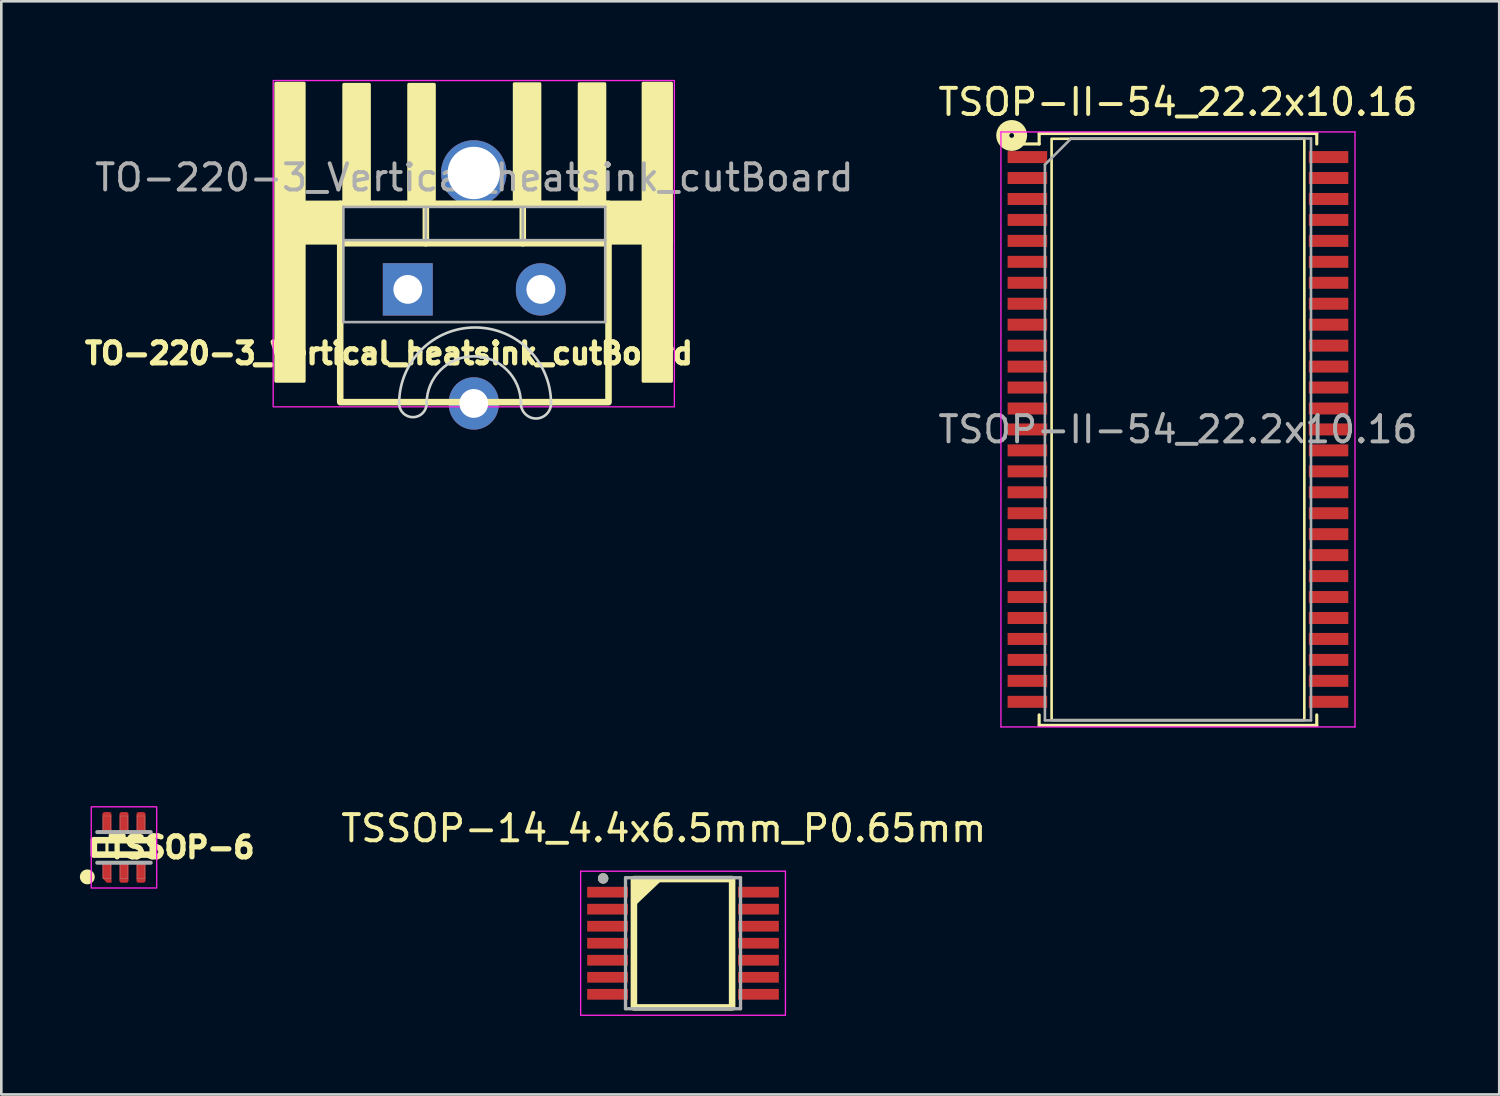
<source format=kicad_pcb>
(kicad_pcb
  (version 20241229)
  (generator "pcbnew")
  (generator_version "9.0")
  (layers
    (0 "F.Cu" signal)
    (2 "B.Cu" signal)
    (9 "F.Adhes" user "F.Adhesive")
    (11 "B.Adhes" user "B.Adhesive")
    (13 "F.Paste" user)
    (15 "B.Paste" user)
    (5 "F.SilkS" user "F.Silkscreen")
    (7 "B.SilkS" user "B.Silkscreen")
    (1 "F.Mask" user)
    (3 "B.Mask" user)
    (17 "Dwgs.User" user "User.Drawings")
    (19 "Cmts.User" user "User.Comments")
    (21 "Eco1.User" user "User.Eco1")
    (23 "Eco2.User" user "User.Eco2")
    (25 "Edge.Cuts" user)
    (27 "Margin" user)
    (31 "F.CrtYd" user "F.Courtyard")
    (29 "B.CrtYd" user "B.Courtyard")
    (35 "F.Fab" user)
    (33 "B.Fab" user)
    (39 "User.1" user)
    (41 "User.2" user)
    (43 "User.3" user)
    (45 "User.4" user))
  (footprint "TSSOP-14_4.4x6.5mm_P0.65mm"
    (layer "F.Cu")
    (at 23.031 32.967)
    (property "Reference" "TSSOP-14_4.4x6.5mm_P0.65mm" (at -0.735 -4.385 0) (layer "F.SilkS") (effects (font (size 1 1) (thickness 0.15))))
    (attr smd)
    (fp_rect (start -1.875 -2.45) (end 1.875 2.45) (stroke (width 0.25) (type solid)) (fill no) (layer "F.SilkS"))
    (fp_circle (center -3.05 -2.475) (end -2.95 -2.475) (stroke (width 0.2) (type solid)) (fill no) (layer "F.SilkS"))
    (fp_poly (pts (xy -1.858 -1.489) (xy -1.858 -2.439) (xy -0.858 -2.439)) (stroke (width 0.12) (type solid)) (fill yes) (layer "F.SilkS"))
    (fp_line (start -3.91 -2.75) (end -3.91 2.75) (stroke (width 0.05) (type solid)) (layer "F.CrtYd"))
    (fp_line (start -3.91 2.75) (end 3.91 2.75) (stroke (width 0.05) (type solid)) (layer "F.CrtYd"))
    (fp_line (start 3.91 -2.75) (end -3.91 -2.75) (stroke (width 0.05) (type solid)) (layer "F.CrtYd"))
    (fp_line (start 3.91 2.75) (end 3.91 -2.75) (stroke (width 0.05) (type solid)) (layer "F.CrtYd"))
    (fp_line (start -2.195 -2.5) (end -2.195 2.5) (stroke (width 0.127) (type solid)) (layer "F.Fab"))
    (fp_line (start -2.195 -2.5) (end 2.195 -2.5) (stroke (width 0.127) (type solid)) (layer "F.Fab"))
    (fp_line (start -2.195 2.5) (end 2.195 2.5) (stroke (width 0.127) (type solid)) (layer "F.Fab"))
    (fp_line (start 2.195 -2.5) (end 2.195 2.5) (stroke (width 0.127) (type solid)) (layer "F.Fab"))
    (fp_circle (center -3.05 -2.475) (end -2.95 -2.475) (stroke (width 0.2) (type solid)) (fill no) (layer "F.Fab"))
    (pad "1" smd roundrect (at -2.88 -1.95) (size 1.56 0.41) (layers "F.Cu" "F.Mask" "F.Paste") (roundrect_rratio 0.05))
    (pad "2" smd roundrect (at -2.88 -1.3) (size 1.56 0.41) (layers "F.Cu" "F.Mask" "F.Paste") (roundrect_rratio 0.05))
    (pad "3" smd roundrect (at -2.88 -0.65) (size 1.56 0.41) (layers "F.Cu" "F.Mask" "F.Paste") (roundrect_rratio 0.05))
    (pad "4" smd roundrect (at -2.88 0) (size 1.56 0.41) (layers "F.Cu" "F.Mask" "F.Paste") (roundrect_rratio 0.05))
    (pad "5" smd roundrect (at -2.88 0.65) (size 1.56 0.41) (layers "F.Cu" "F.Mask" "F.Paste") (roundrect_rratio 0.05))
    (pad "6" smd roundrect (at -2.88 1.3) (size 1.56 0.41) (layers "F.Cu" "F.Mask" "F.Paste") (roundrect_rratio 0.05))
    (pad "7" smd roundrect (at -2.88 1.95) (size 1.56 0.41) (layers "F.Cu" "F.Mask" "F.Paste") (roundrect_rratio 0.05))
    (pad "8" smd roundrect (at 2.88 1.95) (size 1.56 0.41) (layers "F.Cu" "F.Mask" "F.Paste") (roundrect_rratio 0.05))
    (pad "9" smd roundrect (at 2.88 1.3) (size 1.56 0.41) (layers "F.Cu" "F.Mask" "F.Paste") (roundrect_rratio 0.05))
    (pad "10" smd roundrect (at 2.88 0.65) (size 1.56 0.41) (layers "F.Cu" "F.Mask" "F.Paste") (roundrect_rratio 0.05))
    (pad "11" smd roundrect (at 2.88 0) (size 1.56 0.41) (layers "F.Cu" "F.Mask" "F.Paste") (roundrect_rratio 0.05))
    (pad "12" smd roundrect (at 2.88 -0.65) (size 1.56 0.41) (layers "F.Cu" "F.Mask" "F.Paste") (roundrect_rratio 0.05))
    (pad "13" smd roundrect (at 2.88 -1.3) (size 1.56 0.41) (layers "F.Cu" "F.Mask" "F.Paste") (roundrect_rratio 0.05))
    (pad "14" smd roundrect (at 2.88 -1.95) (size 1.56 0.41) (layers "F.Cu" "F.Mask" "F.Paste") (roundrect_rratio 0.05)))
  (footprint "TSSOP-6"
    (layer "F.Cu")
    (at 1.684 29.308)
    (property "Reference" "TSSOP-6" (at 2.196 0 180) (layer "F.SilkS") (effects (font (size 0.8 0.8) (thickness 0.2))))
    (attr smd)
    (fp_poly (pts (xy -0.875 0.5) (xy -0.425 0.5) (xy -0.425 1.401) (xy -0.875 1.401)) (stroke (width 0.01) (type solid)) (fill yes) (layer "F.Mask"))
    (fp_poly (pts (xy -0.875 -1.4) (xy -0.425 -1.4) (xy -0.425 -0.5) (xy -0.875 -0.5)) (stroke (width 0.01) (type solid)) (fill yes) (layer "F.Mask"))
    (fp_poly (pts (xy -0.225 -1.4) (xy 0.225 -1.4) (xy 0.225 -0.501) (xy -0.225 -0.501)) (stroke (width 0.01) (type solid)) (fill yes) (layer "F.Mask"))
    (fp_poly (pts (xy -0.225 0.5) (xy 0.225 0.5) (xy 0.225 1.401) (xy -0.225 1.401)) (stroke (width 0.01) (type solid)) (fill yes) (layer "F.Mask"))
    (fp_poly (pts (xy 0.425 -1.4) (xy 0.875 -1.4) (xy 0.875 -0.5) (xy 0.425 -0.5)) (stroke (width 0.01) (type solid)) (fill yes) (layer "F.Mask"))
    (fp_poly (pts (xy 0.426 0.5) (xy 0.875 0.5) (xy 0.875 1.402) (xy 0.426 1.402)) (stroke (width 0.01) (type solid)) (fill yes) (layer "F.Mask"))
    (fp_rect (start -1.15 -0.275) (end -0.65 0.275) (stroke (width 0.12) (type solid)) (fill no) (layer "F.SilkS"))
    (fp_rect (start -1.15 -0.275) (end 1.1 0.275) (stroke (width 0.25) (type solid)) (fill no) (layer "F.SilkS"))
    (fp_circle (center -1.4 1.126) (end -1.176 1.126) (stroke (width 0.12) (type solid)) (fill yes) (layer "F.SilkS"))
    (fp_poly (pts (xy -0.802 -1.325) (xy -0.5 -1.325) (xy -0.5 -0.576) (xy -0.802 -0.576)) (stroke (width 0.01) (type solid)) (fill yes) (layer "F.Paste"))
    (fp_poly (pts (xy -0.801 0.575) (xy -0.5 0.575) (xy -0.5 1.326) (xy -0.801 1.326)) (stroke (width 0.01) (type solid)) (fill yes) (layer "F.Paste"))
    (fp_poly (pts (xy -0.15 0.575) (xy 0.15 0.575) (xy 0.15 1.326) (xy -0.15 1.326)) (stroke (width 0.01) (type solid)) (fill yes) (layer "F.Paste"))
    (fp_poly (pts (xy -0.15 -1.325) (xy 0.15 -1.325) (xy 0.15 -0.575) (xy -0.15 -0.575)) (stroke (width 0.01) (type solid)) (fill yes) (layer "F.Paste"))
    (fp_poly (pts (xy 0.5 -1.325) (xy 0.8 -1.325) (xy 0.8 -0.575) (xy 0.5 -0.575)) (stroke (width 0.01) (type solid)) (fill yes) (layer "F.Paste"))
    (fp_poly (pts (xy 0.5 0.575) (xy 0.8 0.575) (xy 0.8 1.326) (xy 0.5 1.326)) (stroke (width 0.01) (type solid)) (fill yes) (layer "F.Paste"))
    (fp_rect (start -1.25 -1.55) (end 1.25 1.55) (stroke (width 0.05) (type solid)) (fill no) (layer "F.CrtYd"))
    (fp_line (start -1.022 -0.585) (end 1.022 -0.585) (stroke (width 0.152) (type solid)) (layer "F.Fab"))
    (fp_line (start 1.022 0.585) (end -1.022 0.585) (stroke (width 0.152) (type solid)) (layer "F.Fab"))
    (fp_poly (pts (xy -0.801 0.625) (xy -0.5 0.625) (xy -0.5 1.202) (xy -0.801 1.202)) (stroke (width 0.01) (type solid)) (fill no) (layer "F.Fab"))
    (fp_poly (pts (xy -0.801 -1.2) (xy -0.5 -1.2) (xy -0.5 -0.626) (xy -0.801 -0.626)) (stroke (width 0.01) (type solid)) (fill no) (layer "F.Fab"))
    (fp_poly (pts (xy -0.15 -1.2) (xy 0.15 -1.2) (xy 0.15 -0.626) (xy -0.15 -0.626)) (stroke (width 0.01) (type solid)) (fill no) (layer "F.Fab"))
    (fp_poly (pts (xy -0.15 0.625) (xy 0.15 0.625) (xy 0.15 1.2) (xy -0.15 1.2)) (stroke (width 0.01) (type solid)) (fill no) (layer "F.Fab"))
    (fp_poly (pts (xy 0.5 0.625) (xy 0.8 0.625) (xy 0.8 1.201) (xy 0.5 1.201)) (stroke (width 0.01) (type solid)) (fill no) (layer "F.Fab"))
    (fp_poly (pts (xy 0.501 -1.2) (xy 0.8 -1.2) (xy 0.8 -0.626) (xy 0.501 -0.626)) (stroke (width 0.01) (type solid)) (fill no) (layer "F.Fab"))
    (pad "1" smd roundrect (at -0.65 0.95) (size 0.35 0.8) (layers "F.Cu") (roundrect_rratio 0) (chamfer_ratio 0.5) (chamfer bottom_left))
    (pad "2" smd roundrect (at 0 0.95) (size 0.35 0.8) (layers "F.Cu") (roundrect_rratio 0.25))
    (pad "3" smd roundrect (at 0.65 0.95) (size 0.35 0.8) (layers "F.Cu") (roundrect_rratio 0.25))
    (pad "4" smd roundrect (at 0.65 -0.95) (size 0.35 0.8) (layers "F.Cu") (roundrect_rratio 0.25))
    (pad "5" smd roundrect (at 0 -0.95) (size 0.35 0.8) (layers "F.Cu") (roundrect_rratio 0.25))
    (pad "6" smd roundrect (at -0.65 -0.95) (size 0.35 0.8) (layers "F.Cu") (roundrect_rratio 0.25)))
  (footprint "TSOP-II-54_22.2x10.16"
    (layer "F.Cu")
    (at 41.93 13.348)
    (property "Reference" "TSOP-II-54_22.2x10.16" (at 0 -12.5 0) (layer "F.SilkS") (effects (font (size 1 1) (thickness 0.15))))
    (attr smd)
    (fp_line (start -6.5 -10.9) (end -5.3 -10.9) (stroke (width 0.12) (type solid)) (layer "F.SilkS"))
    (fp_line (start -5.3 -11.3) (end 5.3 -11.3) (stroke (width 0.12) (type solid)) (layer "F.SilkS"))
    (fp_line (start -5.3 -10.9) (end -5.3 -11.3) (stroke (width 0.12) (type solid)) (layer "F.SilkS"))
    (fp_line (start -5.3 10.9) (end -5.3 11.3) (stroke (width 0.12) (type solid)) (layer "F.SilkS"))
    (fp_line (start -5.3 11.3) (end 5.3 11.3) (stroke (width 0.12) (type solid)) (layer "F.SilkS"))
    (fp_line (start 5.3 -11.3) (end 5.3 -10.9) (stroke (width 0.12) (type solid)) (layer "F.SilkS"))
    (fp_line (start 5.3 10.9) (end 5.3 11.3) (stroke (width 0.12) (type solid)) (layer "F.SilkS"))
    (fp_rect (start -4.825 -11.1) (end 4.825 11.1) (stroke (width 0.1) (type default)) (fill no) (layer "F.SilkS"))
    (fp_circle (center -6.35 -11.225) (end -6.26 -11.225) (stroke (width 0.5) (type default)) (fill no) (layer "F.SilkS"))
    (fp_line (start -6.76 -11.36) (end -6.76 11.36) (stroke (width 0.05) (type solid)) (layer "F.CrtYd"))
    (fp_line (start -6.76 -11.36) (end 6.76 -11.36) (stroke (width 0.05) (type solid)) (layer "F.CrtYd"))
    (fp_line (start 6.76 -11.36) (end 6.76 11.36) (stroke (width 0.05) (type solid)) (layer "F.CrtYd"))
    (fp_line (start 6.76 11.36) (end -6.76 11.36) (stroke (width 0.05) (type solid)) (layer "F.CrtYd"))
    (fp_line (start -5.08 11.11) (end -5.08 -10.11) (stroke (width 0.1) (type solid)) (layer "F.Fab"))
    (fp_line (start -4.08 -11.11) (end -5.08 -10.11) (stroke (width 0.1) (type solid)) (layer "F.Fab"))
    (fp_line (start -4.08 -11.11) (end 5.08 -11.11) (stroke (width 0.1) (type solid)) (layer "F.Fab"))
    (fp_line (start 5.08 -11.11) (end 5.08 11.11) (stroke (width 0.1) (type solid)) (layer "F.Fab"))
    (fp_line (start 5.08 11.11) (end -5.08 11.11) (stroke (width 0.1) (type solid)) (layer "F.Fab"))
    (fp_text user "${REFERENCE}" (at 0 0 0) (layer "F.Fab") (effects (font (size 1 1) (thickness 0.15))))
    (pad "1" smd rect (at -5.75 -10.4) (size 1.51 0.458) (layers "F.Cu" "F.Mask" "F.Paste"))
    (pad "2" smd rect (at -5.75 -9.6) (size 1.51 0.458) (layers "F.Cu" "F.Mask" "F.Paste"))
    (pad "3" smd rect (at -5.75 -8.8) (size 1.51 0.458) (layers "F.Cu" "F.Mask" "F.Paste"))
    (pad "4" smd rect (at -5.75 -8) (size 1.51 0.458) (layers "F.Cu" "F.Mask" "F.Paste"))
    (pad "5" smd rect (at -5.75 -7.2) (size 1.51 0.458) (layers "F.Cu" "F.Mask" "F.Paste"))
    (pad "6" smd rect (at -5.75 -6.4) (size 1.51 0.458) (layers "F.Cu" "F.Mask" "F.Paste"))
    (pad "7" smd rect (at -5.75 -5.6) (size 1.51 0.458) (layers "F.Cu" "F.Mask" "F.Paste"))
    (pad "8" smd rect (at -5.75 -4.8) (size 1.51 0.458) (layers "F.Cu" "F.Mask" "F.Paste"))
    (pad "9" smd rect (at -5.75 -4) (size 1.51 0.458) (layers "F.Cu" "F.Mask" "F.Paste"))
    (pad "10" smd rect (at -5.75 -3.2) (size 1.51 0.458) (layers "F.Cu" "F.Mask" "F.Paste"))
    (pad "11" smd rect (at -5.75 -2.4) (size 1.51 0.458) (layers "F.Cu" "F.Mask" "F.Paste"))
    (pad "12" smd rect (at -5.75 -1.6) (size 1.51 0.458) (layers "F.Cu" "F.Mask" "F.Paste"))
    (pad "13" smd rect (at -5.75 -0.8) (size 1.51 0.458) (layers "F.Cu" "F.Mask" "F.Paste"))
    (pad "14" smd rect (at -5.75 0) (size 1.51 0.458) (layers "F.Cu" "F.Mask" "F.Paste"))
    (pad "15" smd rect (at -5.75 0.8) (size 1.51 0.458) (layers "F.Cu" "F.Mask" "F.Paste"))
    (pad "16" smd rect (at -5.75 1.6) (size 1.51 0.458) (layers "F.Cu" "F.Mask" "F.Paste"))
    (pad "17" smd rect (at -5.75 2.4) (size 1.51 0.458) (layers "F.Cu" "F.Mask" "F.Paste"))
    (pad "18" smd rect (at -5.75 3.2) (size 1.51 0.458) (layers "F.Cu" "F.Mask" "F.Paste"))
    (pad "19" smd rect (at -5.75 4) (size 1.51 0.458) (layers "F.Cu" "F.Mask" "F.Paste"))
    (pad "20" smd rect (at -5.75 4.8) (size 1.51 0.458) (layers "F.Cu" "F.Mask" "F.Paste"))
    (pad "21" smd rect (at -5.75 5.6) (size 1.51 0.458) (layers "F.Cu" "F.Mask" "F.Paste"))
    (pad "22" smd rect (at -5.75 6.4) (size 1.51 0.458) (layers "F.Cu" "F.Mask" "F.Paste"))
    (pad "23" smd rect (at -5.75 7.2) (size 1.51 0.458) (layers "F.Cu" "F.Mask" "F.Paste"))
    (pad "24" smd rect (at -5.75 8) (size 1.51 0.458) (layers "F.Cu" "F.Mask" "F.Paste"))
    (pad "25" smd rect (at -5.75 8.8) (size 1.51 0.458) (layers "F.Cu" "F.Mask" "F.Paste"))
    (pad "26" smd rect (at -5.75 9.6) (size 1.51 0.458) (layers "F.Cu" "F.Mask" "F.Paste"))
    (pad "27" smd rect (at -5.75 10.4) (size 1.51 0.458) (layers "F.Cu" "F.Mask" "F.Paste"))
    (pad "28" smd rect (at 5.75 10.4) (size 1.51 0.458) (layers "F.Cu" "F.Mask" "F.Paste"))
    (pad "29" smd rect (at 5.75 9.6) (size 1.51 0.458) (layers "F.Cu" "F.Mask" "F.Paste"))
    (pad "30" smd rect (at 5.75 8.8) (size 1.51 0.458) (layers "F.Cu" "F.Mask" "F.Paste"))
    (pad "31" smd rect (at 5.75 8) (size 1.51 0.458) (layers "F.Cu" "F.Mask" "F.Paste"))
    (pad "32" smd rect (at 5.75 7.2) (size 1.51 0.458) (layers "F.Cu" "F.Mask" "F.Paste"))
    (pad "33" smd rect (at 5.75 6.4) (size 1.51 0.458) (layers "F.Cu" "F.Mask" "F.Paste"))
    (pad "34" smd rect (at 5.75 5.6) (size 1.51 0.458) (layers "F.Cu" "F.Mask" "F.Paste"))
    (pad "35" smd rect (at 5.75 4.8) (size 1.51 0.458) (layers "F.Cu" "F.Mask" "F.Paste"))
    (pad "36" smd rect (at 5.75 4) (size 1.51 0.458) (layers "F.Cu" "F.Mask" "F.Paste"))
    (pad "37" smd rect (at 5.75 3.2) (size 1.51 0.458) (layers "F.Cu" "F.Mask" "F.Paste"))
    (pad "38" smd rect (at 5.75 2.4) (size 1.51 0.458) (layers "F.Cu" "F.Mask" "F.Paste"))
    (pad "39" smd rect (at 5.75 1.6) (size 1.51 0.458) (layers "F.Cu" "F.Mask" "F.Paste"))
    (pad "40" smd rect (at 5.75 0.8) (size 1.51 0.458) (layers "F.Cu" "F.Mask" "F.Paste"))
    (pad "41" smd rect (at 5.75 0) (size 1.51 0.458) (layers "F.Cu" "F.Mask" "F.Paste"))
    (pad "42" smd rect (at 5.75 -0.8) (size 1.51 0.458) (layers "F.Cu" "F.Mask" "F.Paste"))
    (pad "43" smd rect (at 5.75 -1.6) (size 1.51 0.458) (layers "F.Cu" "F.Mask" "F.Paste"))
    (pad "44" smd rect (at 5.75 -2.4) (size 1.51 0.458) (layers "F.Cu" "F.Mask" "F.Paste"))
    (pad "45" smd rect (at 5.75 -3.2) (size 1.51 0.458) (layers "F.Cu" "F.Mask" "F.Paste"))
    (pad "46" smd rect (at 5.75 -4) (size 1.51 0.458) (layers "F.Cu" "F.Mask" "F.Paste"))
    (pad "47" smd rect (at 5.75 -4.8) (size 1.51 0.458) (layers "F.Cu" "F.Mask" "F.Paste"))
    (pad "48" smd rect (at 5.75 -5.6) (size 1.51 0.458) (layers "F.Cu" "F.Mask" "F.Paste"))
    (pad "49" smd rect (at 5.75 -6.4) (size 1.51 0.458) (layers "F.Cu" "F.Mask" "F.Paste"))
    (pad "50" smd rect (at 5.75 -7.2) (size 1.51 0.458) (layers "F.Cu" "F.Mask" "F.Paste"))
    (pad "51" smd rect (at 5.75 -8) (size 1.51 0.458) (layers "F.Cu" "F.Mask" "F.Paste"))
    (pad "52" smd rect (at 5.75 -8.8) (size 1.51 0.458) (layers "F.Cu" "F.Mask" "F.Paste"))
    (pad "53" smd rect (at 5.75 -9.6) (size 1.51 0.458) (layers "F.Cu" "F.Mask" "F.Paste"))
    (pad "54" smd rect (at 5.75 -10.4) (size 1.51 0.458) (layers "F.Cu" "F.Mask" "F.Paste")))
  (footprint "TO-220-3_Vertical_heatsink_cutBoard"
    (layer "F.Cu")
    (at 15.041 6.255)
    (property "Reference" "TO-220-3_Vertical_heatsink_cutBoard" (at -3.24 4.19 180) (layer "F.SilkS") (effects (font (size 0.8 0.8) (thickness 0.3))))
    (attr through_hole)
    (fp_line (start -5.1 -0.015) (end 5.14 -0.015) (stroke (width 0.25) (type solid)) (layer "F.SilkS"))
    (fp_line (start -1.83 -1.525) (end -1.83 -0.015) (stroke (width 0.25) (type solid)) (layer "F.SilkS"))
    (fp_line (start 1.871 -1.525) (end 1.871 -0.015) (stroke (width 0.25) (type solid)) (layer "F.SilkS"))
    (fp_rect (start -7.555 -6.125) (end -6.48 5.25) (stroke (width 0.12) (type solid)) (fill yes) (layer "F.SilkS"))
    (fp_rect (start -7.53 -1.585) (end -5.1 -0.025) (stroke (width 0.12) (type solid)) (fill yes) (layer "F.SilkS"))
    (fp_rect (start -5.1 -1.525) (end 5.145 6.05) (stroke (width 0.25) (type solid)) (fill no) (layer "F.SilkS"))
    (fp_rect (start -4.96 -6.08) (end -3.99 -1.59) (stroke (width 0.12) (type solid)) (fill yes) (layer "F.SilkS"))
    (fp_rect (start -2.48 -6.08) (end -1.51 -1.59) (stroke (width 0.12) (type solid)) (fill yes) (layer "F.SilkS"))
    (fp_rect (start 1.55 -6.105) (end 2.52 -1.615) (stroke (width 0.12) (type solid)) (fill yes) (layer "F.SilkS"))
    (fp_rect (start 4.03 -6.105) (end 5 -1.615) (stroke (width 0.12) (type solid)) (fill yes) (layer "F.SilkS"))
    (fp_rect (start 5.1 -1.585) (end 7.53 -0.025) (stroke (width 0.12) (type solid)) (fill yes) (layer "F.SilkS"))
    (fp_rect (start 6.47 -6.125) (end 7.545 5.25) (stroke (width 0.12) (type solid)) (fill yes) (layer "F.SilkS"))
    (fp_arc (start -2.849992 6.1) (mid 0.050007 3.200001) (end 2.950006 6.1) (stroke (width 0.1) (type default)) (layer "Edge.Cuts"))
    (fp_arc (start -1.8 6.1) (mid -2.324996 6.624996) (end -2.849992 6.1) (stroke (width 0.1) (type default)) (layer "Edge.Cuts"))
    (fp_arc (start -1.8 6.1) (mid 0 4.3) (end 1.8 6.1) (stroke (width 0.1) (type default)) (layer "Edge.Cuts"))
    (fp_arc (start 2.950006 6.1) (mid 2.375003 6.675003) (end 1.8 6.1) (stroke (width 0.1) (type default)) (layer "Edge.Cuts"))
    (fp_rect (start -7.66 -6.23) (end 7.66 6.23) (stroke (width 0.05) (type default)) (fill no) (layer "F.CrtYd"))
    (fp_line (start -4.98 -1.405) (end -4.98 2.995) (stroke (width 0.1) (type solid)) (layer "F.Fab"))
    (fp_line (start -4.98 -0.135) (end 5.02 -0.135) (stroke (width 0.1) (type solid)) (layer "F.Fab"))
    (fp_line (start -4.98 2.995) (end 5.02 2.995) (stroke (width 0.1) (type solid)) (layer "F.Fab"))
    (fp_line (start -1.83 -1.405) (end -1.83 -0.135) (stroke (width 0.1) (type solid)) (layer "F.Fab"))
    (fp_line (start 1.87 -1.405) (end 1.87 -0.135) (stroke (width 0.1) (type solid)) (layer "F.Fab"))
    (fp_line (start 5.02 -1.405) (end -4.98 -1.405) (stroke (width 0.1) (type solid)) (layer "F.Fab"))
    (fp_line (start 5.02 2.995) (end 5.02 -1.405) (stroke (width 0.1) (type solid)) (layer "F.Fab"))
    (fp_text user "${REFERENCE}" (at 0.02 -2.525 180) (layer "F.Fab") (effects (font (size 1 1) (thickness 0.15))))
    (pad "1" thru_hole rect (at -2.52 1.745) (size 1.905 2) (drill 1.1) (layers "*.Cu" "*.Mask"))
    (pad "2" thru_hole oval (at 0 6.1) (size 1.905 2) (drill 1.1) (layers "*.Cu" "*.Mask"))
    (pad "3" thru_hole oval (at 2.56 1.745) (size 1.905 2) (drill 1.1) (layers "*.Cu" "*.Mask"))
    (pad "4" thru_hole circle (at 0 -2.7) (size 2.5 2.5) (drill 2) (layers "*.Cu" "*.Mask")))
  (gr_rect
    (start -3 -3)
    (end 54.198 38.742)
    (stroke (width 0.1) (type default))
    (fill no)
    (layer "Edge.Cuts")))
</source>
